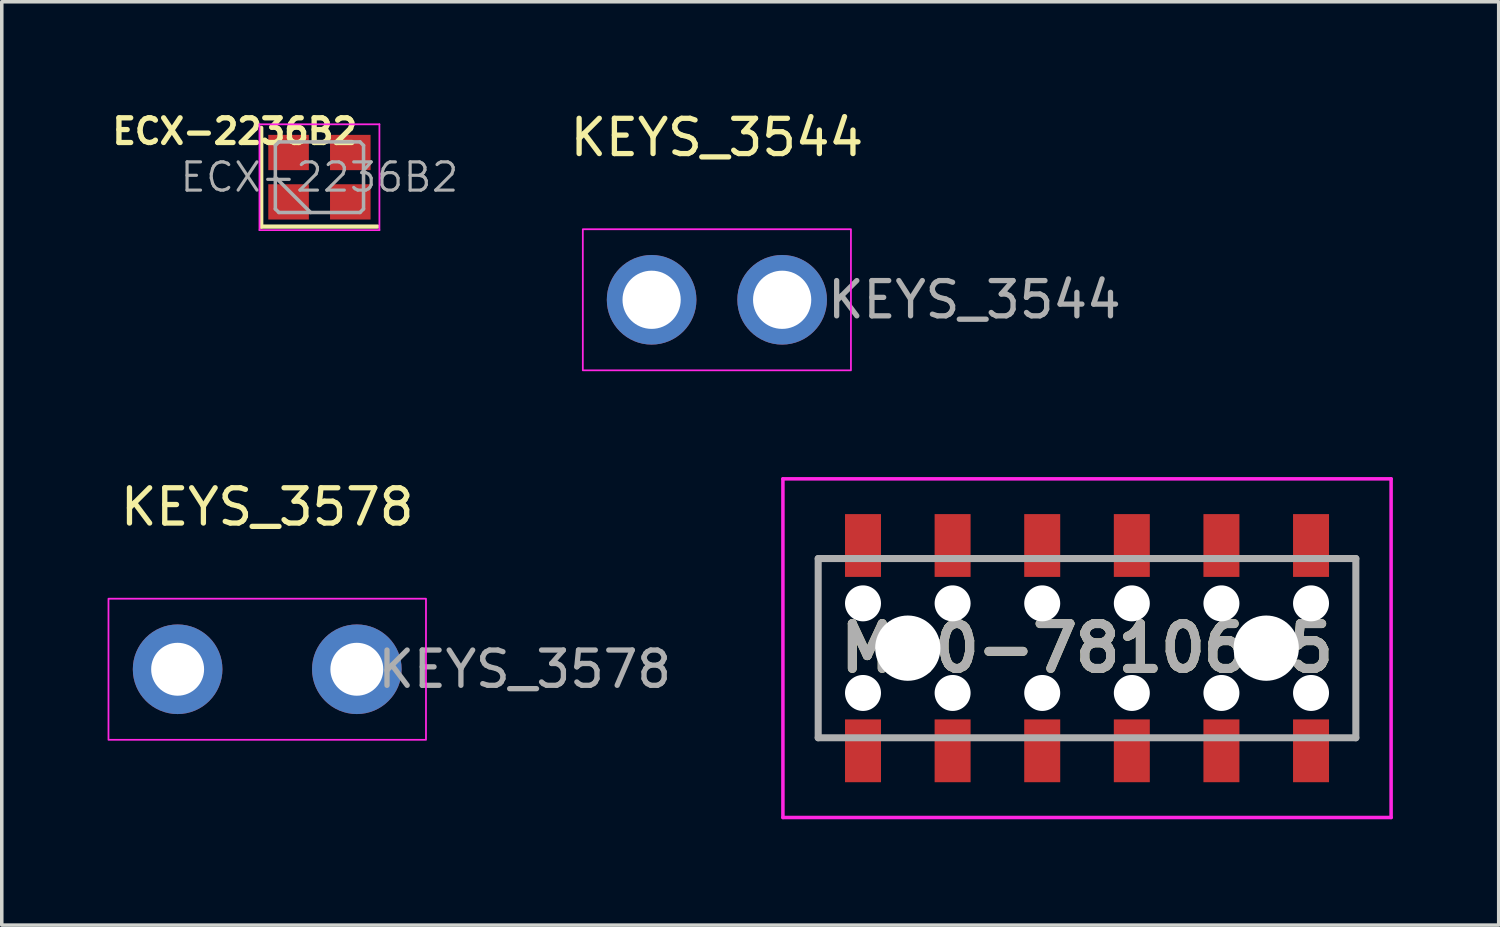
<source format=kicad_pcb>
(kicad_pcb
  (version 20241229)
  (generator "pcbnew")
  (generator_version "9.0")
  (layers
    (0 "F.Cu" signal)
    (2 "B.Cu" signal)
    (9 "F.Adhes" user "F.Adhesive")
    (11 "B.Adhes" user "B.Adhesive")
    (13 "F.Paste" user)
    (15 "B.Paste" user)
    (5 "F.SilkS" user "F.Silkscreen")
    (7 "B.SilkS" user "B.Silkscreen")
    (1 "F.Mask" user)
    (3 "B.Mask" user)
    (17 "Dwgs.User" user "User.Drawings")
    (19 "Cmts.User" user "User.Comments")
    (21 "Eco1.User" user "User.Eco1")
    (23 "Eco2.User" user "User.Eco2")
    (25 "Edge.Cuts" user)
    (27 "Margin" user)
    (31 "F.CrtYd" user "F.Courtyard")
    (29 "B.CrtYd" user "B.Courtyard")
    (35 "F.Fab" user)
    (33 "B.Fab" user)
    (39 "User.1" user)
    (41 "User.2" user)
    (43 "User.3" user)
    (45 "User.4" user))
  (footprint "M20-7810645"
    (layer "F.Cu")
    (at 27.763 15.323)
    (property "Reference" "M20-7810645" (at 0 0 0) (layer "F.SilkS") (effects (font (size 1.27 1.27) (thickness 0.254))))
    (attr through_hole)
    (fp_line (start -7.62 -2.54) (end -7.62 2.54) (stroke (width 0.1) (type solid)) (layer "F.SilkS"))
    (fp_line (start 7.62 -2.54) (end 7.62 2.54) (stroke (width 0.1) (type solid)) (layer "F.SilkS"))
    (fp_line (start -8.62 -4.8) (end 8.62 -4.8) (stroke (width 0.1) (type solid)) (layer "F.CrtYd"))
    (fp_line (start -8.62 4.8) (end -8.62 -4.8) (stroke (width 0.1) (type solid)) (layer "F.CrtYd"))
    (fp_line (start 8.62 -4.8) (end 8.62 4.8) (stroke (width 0.1) (type solid)) (layer "F.CrtYd"))
    (fp_line (start 8.62 4.8) (end -8.62 4.8) (stroke (width 0.1) (type solid)) (layer "F.CrtYd"))
    (fp_line (start -7.62 -2.54) (end 7.62 -2.54) (stroke (width 0.2) (type solid)) (layer "F.Fab"))
    (fp_line (start -7.62 2.54) (end -7.62 -2.54) (stroke (width 0.2) (type solid)) (layer "F.Fab"))
    (fp_line (start 7.62 -2.54) (end 7.62 2.54) (stroke (width 0.2) (type solid)) (layer "F.Fab"))
    (fp_line (start 7.62 2.54) (end -7.62 2.54) (stroke (width 0.2) (type solid)) (layer "F.Fab"))
    (fp_text user "${REFERENCE}" (at 0 0 0) (layer "F.Fab") (effects (font (size 1.27 1.27) (thickness 0.254))))
    (pad "" np_thru_hole circle (at -6.35 -1.27) (size 1.02 1.02) (drill 1.02) (layers "*.Cu" "*.Mask"))
    (pad "" np_thru_hole circle (at -6.35 1.27) (size 1.02 1.02) (drill 1.02) (layers "*.Cu" "*.Mask"))
    (pad "" np_thru_hole circle (at -5.08 0) (size 1.85 1.85) (drill 1.85) (layers "*.Cu" "*.Mask"))
    (pad "" np_thru_hole circle (at -3.81 -1.27) (size 1.02 1.02) (drill 1.02) (layers "*.Cu" "*.Mask"))
    (pad "" np_thru_hole circle (at -3.81 1.27) (size 1.02 1.02) (drill 1.02) (layers "*.Cu" "*.Mask"))
    (pad "" np_thru_hole circle (at -1.27 -1.27) (size 1.02 1.02) (drill 1.02) (layers "*.Cu" "*.Mask"))
    (pad "" np_thru_hole circle (at -1.27 1.27) (size 1.02 1.02) (drill 1.02) (layers "*.Cu" "*.Mask"))
    (pad "" np_thru_hole circle (at 1.27 -1.27) (size 1.02 1.02) (drill 1.02) (layers "*.Cu" "*.Mask"))
    (pad "" np_thru_hole circle (at 1.27 1.27) (size 1.02 1.02) (drill 1.02) (layers "*.Cu" "*.Mask"))
    (pad "" np_thru_hole circle (at 3.81 -1.27) (size 1.02 1.02) (drill 1.02) (layers "*.Cu" "*.Mask"))
    (pad "" np_thru_hole circle (at 3.81 1.27) (size 1.02 1.02) (drill 1.02) (layers "*.Cu" "*.Mask"))
    (pad "" np_thru_hole circle (at 5.08 0) (size 1.85 1.85) (drill 1.85) (layers "*.Cu" "*.Mask"))
    (pad "" np_thru_hole circle (at 6.35 -1.27) (size 1.02 1.02) (drill 1.02) (layers "*.Cu" "*.Mask"))
    (pad "" np_thru_hole circle (at 6.35 1.27) (size 1.02 1.02) (drill 1.02) (layers "*.Cu" "*.Mask"))
    (pad "1" smd rect (at -6.35 2.91) (size 1.02 1.78) (layers "F.Cu" "F.Mask" "F.Paste"))
    (pad "2" smd rect (at -6.35 -2.91) (size 1.02 1.78) (layers "F.Cu" "F.Mask" "F.Paste"))
    (pad "3" smd rect (at -3.81 2.91) (size 1.02 1.78) (layers "F.Cu" "F.Mask" "F.Paste"))
    (pad "4" smd rect (at -3.81 -2.91) (size 1.02 1.78) (layers "F.Cu" "F.Mask" "F.Paste"))
    (pad "5" smd rect (at -1.27 2.91) (size 1.02 1.78) (layers "F.Cu" "F.Mask" "F.Paste"))
    (pad "6" smd rect (at -1.27 -2.91) (size 1.02 1.78) (layers "F.Cu" "F.Mask" "F.Paste"))
    (pad "7" smd rect (at 1.27 2.91) (size 1.02 1.78) (layers "F.Cu" "F.Mask" "F.Paste"))
    (pad "8" smd rect (at 1.27 -2.91) (size 1.02 1.78) (layers "F.Cu" "F.Mask" "F.Paste"))
    (pad "9" smd rect (at 3.81 2.91) (size 1.02 1.78) (layers "F.Cu" "F.Mask" "F.Paste"))
    (pad "10" smd rect (at 3.81 -2.91) (size 1.02 1.78) (layers "F.Cu" "F.Mask" "F.Paste"))
    (pad "11" smd rect (at 6.35 2.91) (size 1.02 1.78) (layers "F.Cu" "F.Mask" "F.Paste"))
    (pad "12" smd rect (at 6.35 -2.91) (size 1.02 1.78) (layers "F.Cu" "F.Mask" "F.Paste")))
  (footprint "ECX-2236B2"
    (layer "F.Cu")
    (at 6.005 1.973)
    (property "Reference" "ECX-2236B2" (at -2.4 -1.3 180) (layer "F.SilkS") (effects (font (size 0.7 0.7) (thickness 0.15))))
    (attr smd)
    (fp_line (start -1.65 -1.4) (end -1.65 1.4) (stroke (width 0.12) (type solid)) (layer "F.SilkS"))
    (fp_line (start -1.65 1.4) (end 1.65 1.4) (stroke (width 0.12) (type solid)) (layer "F.SilkS"))
    (fp_line (start -1.7 -1.5) (end -1.7 1.5) (stroke (width 0.05) (type solid)) (layer "F.CrtYd"))
    (fp_line (start -1.7 1.5) (end 1.7 1.5) (stroke (width 0.05) (type solid)) (layer "F.CrtYd"))
    (fp_line (start 1.7 -1.5) (end -1.7 -1.5) (stroke (width 0.05) (type solid)) (layer "F.CrtYd"))
    (fp_line (start 1.7 1.5) (end 1.7 -1.5) (stroke (width 0.05) (type solid)) (layer "F.CrtYd"))
    (fp_line (start -1.25 -0.9) (end -1.15 -1) (stroke (width 0.1) (type solid)) (layer "F.Fab"))
    (fp_line (start -1.25 0) (end -0.25 1) (stroke (width 0.1) (type solid)) (layer "F.Fab"))
    (fp_line (start -1.25 0.9) (end -1.25 -0.9) (stroke (width 0.1) (type solid)) (layer "F.Fab"))
    (fp_line (start -1.15 -1) (end 1.15 -1) (stroke (width 0.1) (type solid)) (layer "F.Fab"))
    (fp_line (start -1.15 1) (end -1.25 0.9) (stroke (width 0.1) (type solid)) (layer "F.Fab"))
    (fp_line (start 1.15 -1) (end 1.25 -0.9) (stroke (width 0.1) (type solid)) (layer "F.Fab"))
    (fp_line (start 1.15 1) (end -1.15 1) (stroke (width 0.1) (type solid)) (layer "F.Fab"))
    (fp_line (start 1.25 -0.9) (end 1.25 0.9) (stroke (width 0.1) (type solid)) (layer "F.Fab"))
    (fp_line (start 1.25 0.9) (end 1.15 1) (stroke (width 0.1) (type solid)) (layer "F.Fab"))
    (fp_text user "${REFERENCE}" (at 0 0 0) (layer "F.Fab") (effects (font (size 0.8 0.8) (thickness 0.09))))
    (pad "1" smd rect (at -0.875 0.7) (size 1.15 1) (layers "F.Cu" "F.Mask" "F.Paste"))
    (pad "2" smd rect (at 0.875 0.7) (size 1.15 1) (layers "F.Cu" "F.Mask" "F.Paste"))
    (pad "3" smd rect (at 0.875 -0.7) (size 1.15 1) (layers "F.Cu" "F.Mask" "F.Paste"))
    (pad "4" smd rect (at -0.875 -0.7) (size 1.15 1) (layers "F.Cu" "F.Mask" "F.Paste")))
  (footprint "KEYS_3578"
    (layer "F.Cu")
    (at 4.525 15.921)
    (property "Reference" "KEYS_3578" (at 0 -4.6 0) (unlocked yes) (layer "F.SilkS") (effects (font (size 1 1) (thickness 0.15))))
    (attr smd)
    (fp_rect (start -4.5 -2) (end 4.5 2) (stroke (width 0.05) (type solid)) (fill no) (layer "F.CrtYd"))
    (fp_text user "${REFERENCE}" (at 7.3 0 0) (unlocked yes) (layer "F.Fab") (effects (font (size 1 1) (thickness 0.15))))
    (pad "1" thru_hole circle (at -2.54 0) (size 2.54 2.54) (drill 1.5) (layers "*.Cu" "*.Mask"))
    (pad "1" thru_hole circle (at 2.54 0) (size 2.54 2.54) (drill 1.5) (layers "*.Cu" "*.Mask")))
  (footprint "KEYS_3544"
    (layer "F.Cu")
    (at 17.271 5.448)
    (property "Reference" "KEYS_3544" (at 0 -4.6 0) (unlocked yes) (layer "F.SilkS") (effects (font (size 1 1) (thickness 0.15))))
    (attr smd)
    (fp_rect (start -3.8 -2) (end 3.8 2) (stroke (width 0.05) (type solid)) (fill no) (layer "F.CrtYd"))
    (fp_text user "${REFERENCE}" (at 7.3 0 0) (unlocked yes) (layer "F.Fab") (effects (font (size 1 1) (thickness 0.15))))
    (pad "1" thru_hole circle (at -1.85 0) (size 2.54 2.54) (drill 1.65) (layers "*.Cu" "*.Mask"))
    (pad "1" thru_hole circle (at 1.85 0) (size 2.54 2.54) (drill 1.65) (layers "*.Cu" "*.Mask")))
  (gr_rect
    (start -3 -3)
    (end 39.433 23.173)
    (stroke (width 0.1) (type default))
    (fill no)
    (layer "Edge.Cuts")))
</source>
